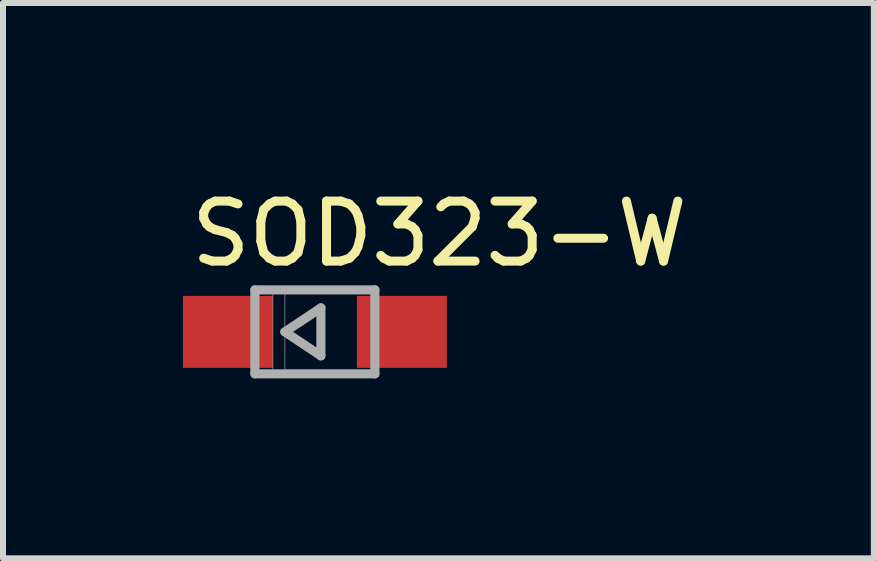
<source format=kicad_pcb>
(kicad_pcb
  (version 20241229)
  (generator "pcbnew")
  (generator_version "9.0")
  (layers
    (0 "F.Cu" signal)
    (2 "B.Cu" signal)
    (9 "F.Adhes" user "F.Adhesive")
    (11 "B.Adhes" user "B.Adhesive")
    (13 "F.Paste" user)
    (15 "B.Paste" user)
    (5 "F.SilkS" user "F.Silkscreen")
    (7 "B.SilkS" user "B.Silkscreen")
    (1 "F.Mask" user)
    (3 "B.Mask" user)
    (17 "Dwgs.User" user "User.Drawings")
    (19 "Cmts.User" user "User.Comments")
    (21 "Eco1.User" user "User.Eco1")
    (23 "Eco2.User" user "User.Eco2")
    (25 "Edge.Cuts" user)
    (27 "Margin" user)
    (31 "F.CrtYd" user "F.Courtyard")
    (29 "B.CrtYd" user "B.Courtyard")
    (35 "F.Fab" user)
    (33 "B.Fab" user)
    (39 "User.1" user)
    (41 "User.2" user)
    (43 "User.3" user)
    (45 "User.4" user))
  (footprint "SOD323-W"
    (layer "F.Cu")
    (at 2.2 2.483)
    (property "Reference" "SOD323-W" (at 2.075 -1.635 0) (layer "F.SilkS") (effects (font (size 1 1) (thickness 0.15))))
    (attr smd)
    (fp_line (start -1 -0.7) (end 1 -0.7) (stroke (width 0.152) (type solid)) (layer "F.Fab"))
    (fp_line (start -1 0.7) (end -1 -0.7) (stroke (width 0.152) (type solid)) (layer "F.Fab"))
    (fp_line (start -0.5 0) (end 0.1 -0.4) (stroke (width 0.152) (type solid)) (layer "F.Fab"))
    (fp_line (start 0.1 -0.4) (end 0.1 0.4) (stroke (width 0.152) (type solid)) (layer "F.Fab"))
    (fp_line (start 0.1 0.4) (end -0.5 0) (stroke (width 0.152) (type solid)) (layer "F.Fab"))
    (fp_line (start 1 -0.7) (end 1 0.7) (stroke (width 0.152) (type solid)) (layer "F.Fab"))
    (fp_line (start 1 0.7) (end -1 0.7) (stroke (width 0.152) (type solid)) (layer "F.Fab"))
    (fp_poly (pts (xy -0.7 -0.7) (xy -0.5 -0.7) (xy -0.5 0.7) (xy -0.7 0.7)) (stroke (width 0.01) (type solid)) (fill no) (layer "F.Fab"))
    (pad "A" smd rect (at 1.45 0) (size 1.5 1.2) (layers "F.Cu" "F.Mask" "F.Paste"))
    (pad "C" smd rect (at -1.45 0) (size 1.5 1.2) (layers "F.Cu" "F.Mask" "F.Paste")))
  (gr_rect
    (start -3 -3)
    (end 11.519 6.259)
    (stroke (width 0.1) (type default))
    (fill no)
    (layer "Edge.Cuts")))
</source>
